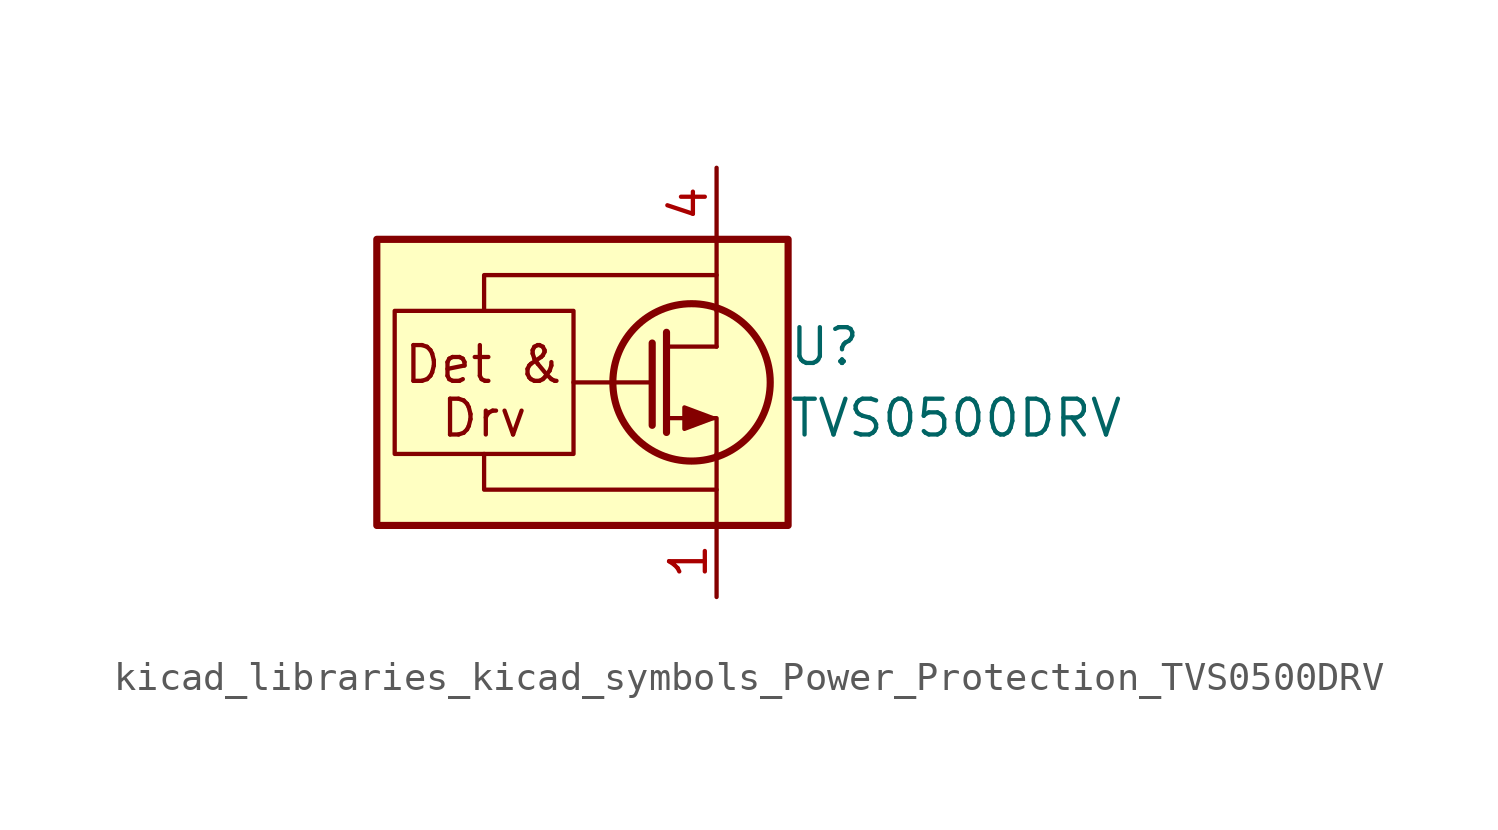
<source format=kicad_sym>
(kicad_symbol_lib
  (version 20220914)
  (generator kicad_symbol_editor)
  (symbol "kicad_libraries_kicad_symbols_Power_Protection_TVS0500DRV"
    (pin_names
      (offset 0) hide)
    (property "Reference" "U"
      (at 2.54 1.27 0)
      (effects (font (size 1.27 1.27)) (justify left)))
    (property "Value" "TVS0500DRV"
      (at 2.54 -1.27 0)
      (effects (font (size 1.27 1.27)) (justify left)))
    (symbol "kicad_libraries_kicad_symbols_Power_Protection_TVS0500DRV_0_0"
      (rectangle (start -11.43 2.54) (end -5.08 -2.54) (stroke (width 0) (type default)) (fill (type none)))
      (polyline (pts (xy 0 1.27) (xy -1.778 1.27)) (stroke (width 0) (type default)) (fill (type none)))
      (polyline (pts (xy -8.255 -2.54) (xy -8.255 -3.81) (xy 0 -3.81)) (stroke (width 0) (type default)) (fill (type none)))
      (polyline (pts (xy -8.255 2.54) (xy -8.255 3.81) (xy 0 3.81)) (stroke (width 0) (type default)) (fill (type none)))
      (text "Det &" (at -8.255 0.635 0) (effects (font (size 1.27 1.27))))
      (text "Drv" (at -8.255 -1.27 0) (effects (font (size 1.27 1.27)))))
    (symbol "kicad_libraries_kicad_symbols_Power_Protection_TVS0500DRV_0_1"
      (rectangle (start -12.065 5.08) (end 2.54 -5.08) (stroke (width 0.254) (type default)) (fill (type background)))
      (circle (center -0.889 0) (radius 2.794) (stroke (width 0.254) (type default)) (fill (type none)))
      (polyline (pts (xy -2.286 0) (xy -5.08 0)) (stroke (width 0) (type default)) (fill (type none)))
      (polyline (pts (xy -2.286 1.397) (xy -2.286 -1.524)) (stroke (width 0.254) (type default)) (fill (type none)))
      (polyline (pts (xy -1.778 1.778) (xy -1.778 -1.778)) (stroke (width 0.254) (type default)) (fill (type none)))
      (polyline (pts (xy 0 -2.54) (xy 0 -5.08)) (stroke (width 0) (type default)) (fill (type none)))
      (polyline (pts (xy 0 2.54) (xy 0 1.27)) (stroke (width 0) (type default)) (fill (type none)))
      (polyline (pts (xy 0 5.08) (xy 0 2.54)) (stroke (width 0) (type default)) (fill (type none)))
      (polyline (pts (xy 0 -2.54) (xy 0 -1.27) (xy -1.778 -1.27)) (stroke (width 0) (type default)) (fill (type none)))
      (polyline (pts (xy -0.127 -1.27) (xy -1.143 -1.651) (xy -1.143 -0.889) (xy -0.127 -1.27)) (stroke (width 0) (type default)) (fill (type outline))))
    (symbol "kicad_libraries_kicad_symbols_Power_Protection_TVS0500DRV_1_1"
      (pin power_in line (at 0 -7.62 90) (length 2.54) (name "GND" (effects (font (size 1.27 1.27)))) (number "1" (effects (font (size 1.27 1.27)))))
      (pin passive line (at 0 -7.62 90) (length 2.54) hide (name "GND" (effects (font (size 1.27 1.27)))) (number "2" (effects (font (size 1.27 1.27)))))
      (pin passive line (at 0 -7.62 90) (length 2.54) hide (name "GND" (effects (font (size 1.27 1.27)))) (number "3" (effects (font (size 1.27 1.27)))))
      (pin passive line (at 0 7.62 270) (length 2.54) (name "IN" (effects (font (size 1.27 1.27)))) (number "4" (effects (font (size 1.27 1.27)))))
      (pin passive line (at 0 7.62 270) (length 2.54) hide (name "IN" (effects (font (size 1.27 1.27)))) (number "5" (effects (font (size 1.27 1.27)))))
      (pin passive line (at 0 7.62 270) (length 2.54) hide (name "IN" (effects (font (size 1.27 1.27)))) (number "6" (effects (font (size 1.27 1.27)))))
      (pin passive line (at 0 -7.62 90) (length 2.54) hide (name "GND" (effects (font (size 1.27 1.27)))) (number "7" (effects (font (size 1.27 1.27))))))))
</source>
